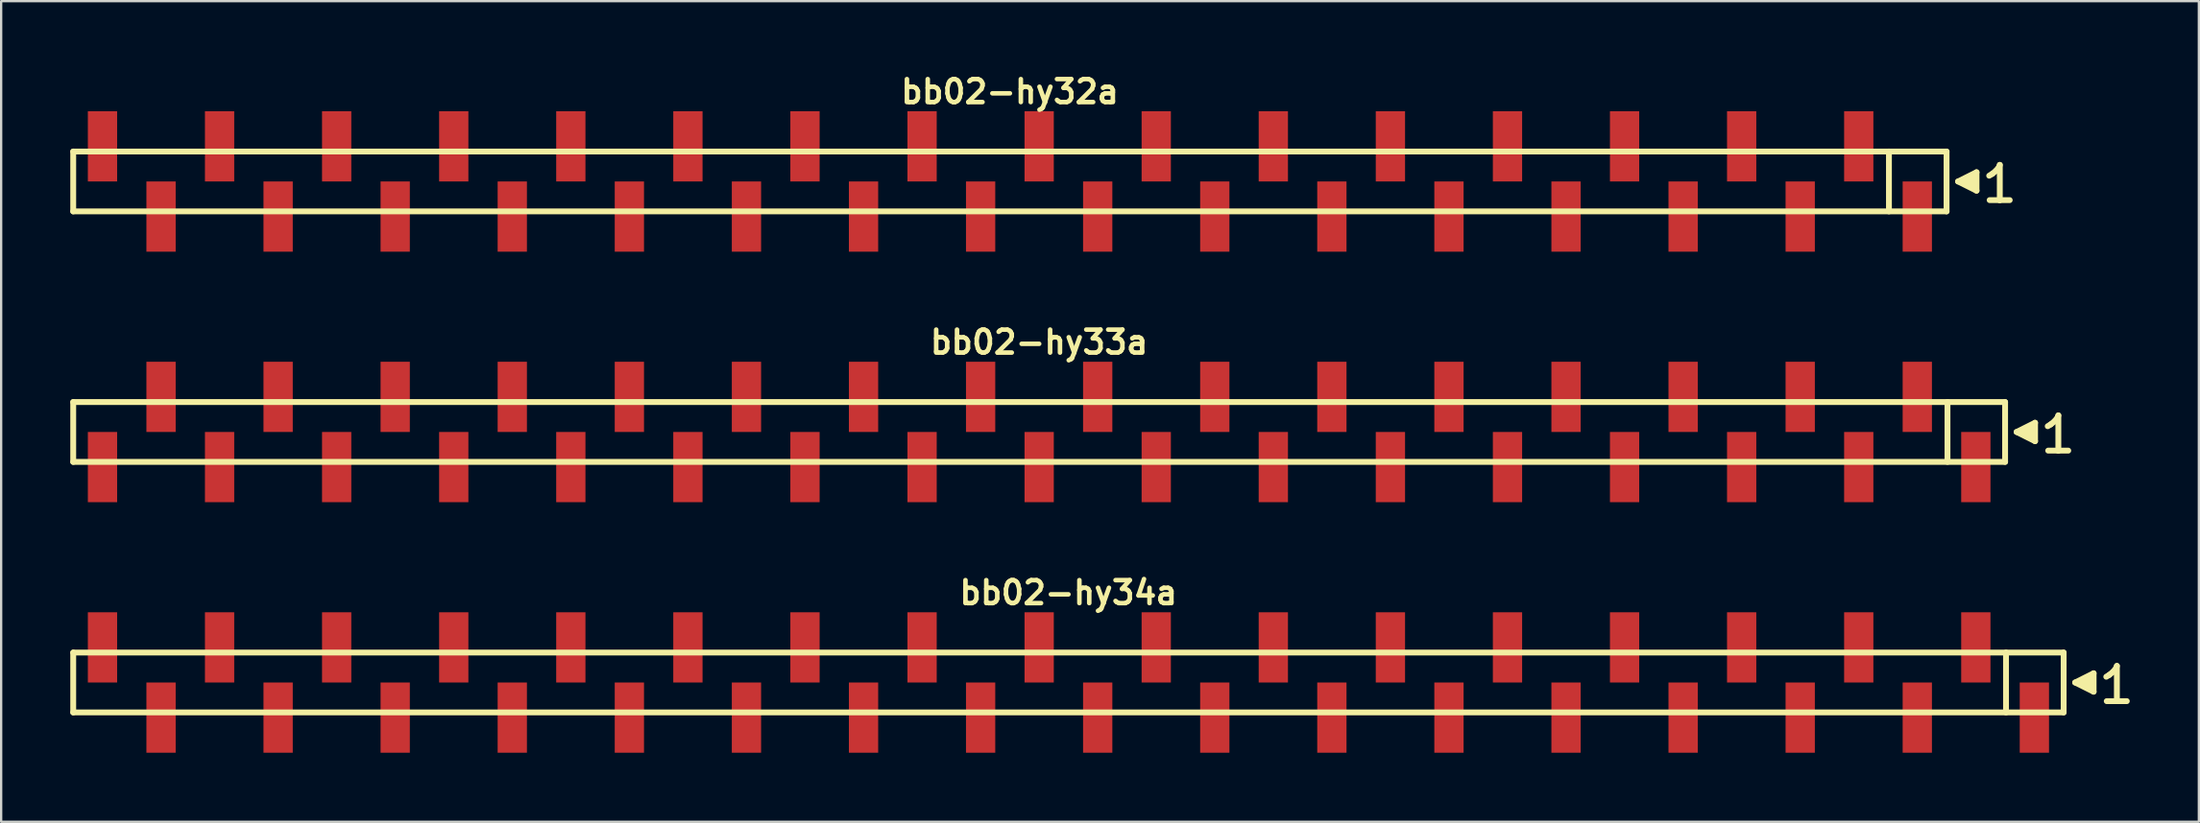
<source format=kicad_pcb>
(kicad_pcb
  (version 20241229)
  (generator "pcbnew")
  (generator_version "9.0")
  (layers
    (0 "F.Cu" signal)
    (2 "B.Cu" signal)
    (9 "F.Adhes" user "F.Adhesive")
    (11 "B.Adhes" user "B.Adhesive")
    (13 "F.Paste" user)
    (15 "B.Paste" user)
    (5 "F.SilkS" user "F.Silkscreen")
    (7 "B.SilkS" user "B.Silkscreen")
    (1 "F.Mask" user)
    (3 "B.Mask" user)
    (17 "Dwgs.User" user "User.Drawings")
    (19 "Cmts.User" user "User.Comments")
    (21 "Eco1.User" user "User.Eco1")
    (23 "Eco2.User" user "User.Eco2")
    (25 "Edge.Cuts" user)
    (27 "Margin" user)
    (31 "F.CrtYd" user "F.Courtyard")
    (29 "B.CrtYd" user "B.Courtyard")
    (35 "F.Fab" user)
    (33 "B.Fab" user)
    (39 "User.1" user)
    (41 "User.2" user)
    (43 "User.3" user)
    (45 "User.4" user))
  (footprint "bb02-hy33a"
    (layer "F.Cu")
    (at 42.037 15.713)
    (property "Reference" "bb02-hy33a" (at 0 -3.9 0) (layer "F.SilkS") (effects (font (size 0.998 0.998) (thickness 0.198))))
    (attr through_hole)
    (fp_line (start -41.91 -1.3) (end 41.91 -1.3) (stroke (width 0.254) (type solid)) (layer "F.SilkS"))
    (fp_line (start -41.91 1.3) (end -41.91 -1.3) (stroke (width 0.254) (type solid)) (layer "F.SilkS"))
    (fp_line (start 39.41 1.3) (end 39.41 -1.3) (stroke (width 0.254) (type solid)) (layer "F.SilkS"))
    (fp_line (start 41.91 -1.3) (end 41.91 1.3) (stroke (width 0.254) (type solid)) (layer "F.SilkS"))
    (fp_line (start 41.91 1.3) (end -41.91 1.3) (stroke (width 0.254) (type solid)) (layer "F.SilkS"))
    (fp_line (start 42.41 0) (end 43.21 0.4) (stroke (width 0.254) (type solid)) (layer "F.SilkS"))
    (fp_line (start 42.71 0.1) (end 42.71 -0.1) (stroke (width 0.254) (type solid)) (layer "F.SilkS"))
    (fp_line (start 42.81 -0.1) (end 42.81 0.1) (stroke (width 0.254) (type solid)) (layer "F.SilkS"))
    (fp_line (start 42.91 0.2) (end 42.91 -0.2) (stroke (width 0.254) (type solid)) (layer "F.SilkS"))
    (fp_line (start 43.01 -0.2) (end 43.01 0.2) (stroke (width 0.254) (type solid)) (layer "F.SilkS"))
    (fp_line (start 43.11 0.3) (end 43.11 -0.3) (stroke (width 0.254) (type solid)) (layer "F.SilkS"))
    (fp_line (start 43.21 -0.4) (end 42.41 0) (stroke (width 0.254) (type solid)) (layer "F.SilkS"))
    (fp_line (start 43.21 0.4) (end 43.21 -0.4) (stroke (width 0.254) (type solid)) (layer "F.SilkS"))
    (fp_line (start 43.76 -0.25) (end 43.89 -0.33) (stroke (width 0.254) (type solid)) (layer "F.SilkS"))
    (fp_line (start 43.89 -0.33) (end 44.05 -0.46) (stroke (width 0.254) (type solid)) (layer "F.SilkS"))
    (fp_line (start 44.05 -0.46) (end 44.19 -0.63) (stroke (width 0.254) (type solid)) (layer "F.SilkS"))
    (fp_line (start 44.19 -0.63) (end 44.22 -0.72) (stroke (width 0.254) (type solid)) (layer "F.SilkS"))
    (fp_line (start 44.22 -0.72) (end 44.22 0.81) (stroke (width 0.254) (type solid)) (layer "F.SilkS"))
    (fp_line (start 44.22 0.81) (end 43.78 0.81) (stroke (width 0.254) (type solid)) (layer "F.SilkS"))
    (fp_line (start 44.65 0.81) (end 44.21 0.81) (stroke (width 0.254) (type solid)) (layer "F.SilkS"))
    (pad "1" smd rect (at 40.64 1.525) (size 1.27 3.05) (layers "F.Cu" "F.Mask" "F.Paste"))
    (pad "2" smd rect (at 38.1 -1.525) (size 1.27 3.05) (layers "F.Cu" "F.Mask" "F.Paste"))
    (pad "3" smd rect (at 35.56 1.525) (size 1.27 3.05) (layers "F.Cu" "F.Mask" "F.Paste"))
    (pad "4" smd rect (at 33.02 -1.525) (size 1.27 3.05) (layers "F.Cu" "F.Mask" "F.Paste"))
    (pad "5" smd rect (at 30.48 1.525) (size 1.27 3.05) (layers "F.Cu" "F.Mask" "F.Paste"))
    (pad "6" smd rect (at 27.94 -1.525) (size 1.27 3.05) (layers "F.Cu" "F.Mask" "F.Paste"))
    (pad "7" smd rect (at 25.4 1.525) (size 1.27 3.05) (layers "F.Cu" "F.Mask" "F.Paste"))
    (pad "8" smd rect (at 22.86 -1.525) (size 1.27 3.05) (layers "F.Cu" "F.Mask" "F.Paste"))
    (pad "9" smd rect (at 20.32 1.525) (size 1.27 3.05) (layers "F.Cu" "F.Mask" "F.Paste"))
    (pad "10" smd rect (at 17.78 -1.525) (size 1.27 3.05) (layers "F.Cu" "F.Mask" "F.Paste"))
    (pad "11" smd rect (at 15.24 1.525) (size 1.27 3.05) (layers "F.Cu" "F.Mask" "F.Paste"))
    (pad "12" smd rect (at 12.7 -1.525) (size 1.27 3.05) (layers "F.Cu" "F.Mask" "F.Paste"))
    (pad "13" smd rect (at 10.16 1.525) (size 1.27 3.05) (layers "F.Cu" "F.Mask" "F.Paste"))
    (pad "14" smd rect (at 7.62 -1.525) (size 1.27 3.05) (layers "F.Cu" "F.Mask" "F.Paste"))
    (pad "15" smd rect (at 5.08 1.525) (size 1.27 3.05) (layers "F.Cu" "F.Mask" "F.Paste"))
    (pad "16" smd rect (at 2.54 -1.525) (size 1.27 3.05) (layers "F.Cu" "F.Mask" "F.Paste"))
    (pad "17" smd rect (at 0 1.525) (size 1.27 3.05) (layers "F.Cu" "F.Mask" "F.Paste"))
    (pad "18" smd rect (at -2.54 -1.525) (size 1.27 3.05) (layers "F.Cu" "F.Mask" "F.Paste"))
    (pad "19" smd rect (at -5.08 1.525) (size 1.27 3.05) (layers "F.Cu" "F.Mask" "F.Paste"))
    (pad "20" smd rect (at -7.62 -1.525) (size 1.27 3.05) (layers "F.Cu" "F.Mask" "F.Paste"))
    (pad "21" smd rect (at -10.16 1.525) (size 1.27 3.05) (layers "F.Cu" "F.Mask" "F.Paste"))
    (pad "22" smd rect (at -12.7 -1.525) (size 1.27 3.05) (layers "F.Cu" "F.Mask" "F.Paste"))
    (pad "23" smd rect (at -15.24 1.525) (size 1.27 3.05) (layers "F.Cu" "F.Mask" "F.Paste"))
    (pad "24" smd rect (at -17.78 -1.525) (size 1.27 3.05) (layers "F.Cu" "F.Mask" "F.Paste"))
    (pad "25" smd rect (at -20.32 1.525) (size 1.27 3.05) (layers "F.Cu" "F.Mask" "F.Paste"))
    (pad "26" smd rect (at -22.86 -1.525) (size 1.27 3.05) (layers "F.Cu" "F.Mask" "F.Paste"))
    (pad "27" smd rect (at -25.4 1.525) (size 1.27 3.05) (layers "F.Cu" "F.Mask" "F.Paste"))
    (pad "28" smd rect (at -27.94 -1.525) (size 1.27 3.05) (layers "F.Cu" "F.Mask" "F.Paste"))
    (pad "29" smd rect (at -30.48 1.525) (size 1.27 3.05) (layers "F.Cu" "F.Mask" "F.Paste"))
    (pad "30" smd rect (at -33.02 -1.525) (size 1.27 3.05) (layers "F.Cu" "F.Mask" "F.Paste"))
    (pad "31" smd rect (at -35.56 1.525) (size 1.27 3.05) (layers "F.Cu" "F.Mask" "F.Paste"))
    (pad "32" smd rect (at -38.1 -1.525) (size 1.27 3.05) (layers "F.Cu" "F.Mask" "F.Paste"))
    (pad "33" smd rect (at -40.64 1.525) (size 1.27 3.05) (layers "F.Cu" "F.Mask" "F.Paste")))
  (footprint "bb02-hy32a"
    (layer "F.Cu")
    (at 40.767 4.832)
    (property "Reference" "bb02-hy32a" (at 0 -3.9 0) (layer "F.SilkS") (effects (font (size 0.998 0.998) (thickness 0.198))))
    (attr through_hole)
    (fp_line (start -40.64 -1.3) (end 40.64 -1.3) (stroke (width 0.254) (type solid)) (layer "F.SilkS"))
    (fp_line (start -40.64 1.3) (end -40.64 -1.3) (stroke (width 0.254) (type solid)) (layer "F.SilkS"))
    (fp_line (start 38.14 1.3) (end 38.14 -1.3) (stroke (width 0.254) (type solid)) (layer "F.SilkS"))
    (fp_line (start 40.64 -1.3) (end 40.64 1.3) (stroke (width 0.254) (type solid)) (layer "F.SilkS"))
    (fp_line (start 40.64 1.3) (end -40.64 1.3) (stroke (width 0.254) (type solid)) (layer "F.SilkS"))
    (fp_line (start 41.14 0) (end 41.94 0.4) (stroke (width 0.254) (type solid)) (layer "F.SilkS"))
    (fp_line (start 41.44 0.1) (end 41.44 -0.1) (stroke (width 0.254) (type solid)) (layer "F.SilkS"))
    (fp_line (start 41.54 -0.1) (end 41.54 0.1) (stroke (width 0.254) (type solid)) (layer "F.SilkS"))
    (fp_line (start 41.64 0.2) (end 41.64 -0.2) (stroke (width 0.254) (type solid)) (layer "F.SilkS"))
    (fp_line (start 41.74 -0.2) (end 41.74 0.2) (stroke (width 0.254) (type solid)) (layer "F.SilkS"))
    (fp_line (start 41.84 0.3) (end 41.84 -0.3) (stroke (width 0.254) (type solid)) (layer "F.SilkS"))
    (fp_line (start 41.94 -0.4) (end 41.14 0) (stroke (width 0.254) (type solid)) (layer "F.SilkS"))
    (fp_line (start 41.94 0.4) (end 41.94 -0.4) (stroke (width 0.254) (type solid)) (layer "F.SilkS"))
    (fp_line (start 42.49 -0.25) (end 42.62 -0.33) (stroke (width 0.254) (type solid)) (layer "F.SilkS"))
    (fp_line (start 42.62 -0.33) (end 42.78 -0.46) (stroke (width 0.254) (type solid)) (layer "F.SilkS"))
    (fp_line (start 42.78 -0.46) (end 42.92 -0.63) (stroke (width 0.254) (type solid)) (layer "F.SilkS"))
    (fp_line (start 42.92 -0.63) (end 42.95 -0.72) (stroke (width 0.254) (type solid)) (layer "F.SilkS"))
    (fp_line (start 42.95 -0.72) (end 42.95 0.81) (stroke (width 0.254) (type solid)) (layer "F.SilkS"))
    (fp_line (start 42.95 0.81) (end 42.51 0.81) (stroke (width 0.254) (type solid)) (layer "F.SilkS"))
    (fp_line (start 43.38 0.81) (end 42.94 0.81) (stroke (width 0.254) (type solid)) (layer "F.SilkS"))
    (pad "1" smd rect (at 39.37 1.525) (size 1.27 3.05) (layers "F.Cu" "F.Mask" "F.Paste"))
    (pad "2" smd rect (at 36.83 -1.525) (size 1.27 3.05) (layers "F.Cu" "F.Mask" "F.Paste"))
    (pad "3" smd rect (at 34.29 1.525) (size 1.27 3.05) (layers "F.Cu" "F.Mask" "F.Paste"))
    (pad "4" smd rect (at 31.75 -1.525) (size 1.27 3.05) (layers "F.Cu" "F.Mask" "F.Paste"))
    (pad "5" smd rect (at 29.21 1.525) (size 1.27 3.05) (layers "F.Cu" "F.Mask" "F.Paste"))
    (pad "6" smd rect (at 26.67 -1.525) (size 1.27 3.05) (layers "F.Cu" "F.Mask" "F.Paste"))
    (pad "7" smd rect (at 24.13 1.525) (size 1.27 3.05) (layers "F.Cu" "F.Mask" "F.Paste"))
    (pad "8" smd rect (at 21.59 -1.525) (size 1.27 3.05) (layers "F.Cu" "F.Mask" "F.Paste"))
    (pad "9" smd rect (at 19.05 1.525) (size 1.27 3.05) (layers "F.Cu" "F.Mask" "F.Paste"))
    (pad "10" smd rect (at 16.51 -1.525) (size 1.27 3.05) (layers "F.Cu" "F.Mask" "F.Paste"))
    (pad "11" smd rect (at 13.97 1.525) (size 1.27 3.05) (layers "F.Cu" "F.Mask" "F.Paste"))
    (pad "12" smd rect (at 11.43 -1.525) (size 1.27 3.05) (layers "F.Cu" "F.Mask" "F.Paste"))
    (pad "13" smd rect (at 8.89 1.525) (size 1.27 3.05) (layers "F.Cu" "F.Mask" "F.Paste"))
    (pad "14" smd rect (at 6.35 -1.525) (size 1.27 3.05) (layers "F.Cu" "F.Mask" "F.Paste"))
    (pad "15" smd rect (at 3.81 1.525) (size 1.27 3.05) (layers "F.Cu" "F.Mask" "F.Paste"))
    (pad "16" smd rect (at 1.27 -1.525) (size 1.27 3.05) (layers "F.Cu" "F.Mask" "F.Paste"))
    (pad "17" smd rect (at -1.27 1.525) (size 1.27 3.05) (layers "F.Cu" "F.Mask" "F.Paste"))
    (pad "18" smd rect (at -3.81 -1.525) (size 1.27 3.05) (layers "F.Cu" "F.Mask" "F.Paste"))
    (pad "19" smd rect (at -6.35 1.525) (size 1.27 3.05) (layers "F.Cu" "F.Mask" "F.Paste"))
    (pad "20" smd rect (at -8.89 -1.525) (size 1.27 3.05) (layers "F.Cu" "F.Mask" "F.Paste"))
    (pad "21" smd rect (at -11.43 1.525) (size 1.27 3.05) (layers "F.Cu" "F.Mask" "F.Paste"))
    (pad "22" smd rect (at -13.97 -1.525) (size 1.27 3.05) (layers "F.Cu" "F.Mask" "F.Paste"))
    (pad "23" smd rect (at -16.51 1.525) (size 1.27 3.05) (layers "F.Cu" "F.Mask" "F.Paste"))
    (pad "24" smd rect (at -19.05 -1.525) (size 1.27 3.05) (layers "F.Cu" "F.Mask" "F.Paste"))
    (pad "25" smd rect (at -21.59 1.525) (size 1.27 3.05) (layers "F.Cu" "F.Mask" "F.Paste"))
    (pad "26" smd rect (at -24.13 -1.525) (size 1.27 3.05) (layers "F.Cu" "F.Mask" "F.Paste"))
    (pad "27" smd rect (at -26.67 1.525) (size 1.27 3.05) (layers "F.Cu" "F.Mask" "F.Paste"))
    (pad "28" smd rect (at -29.21 -1.525) (size 1.27 3.05) (layers "F.Cu" "F.Mask" "F.Paste"))
    (pad "29" smd rect (at -31.75 1.525) (size 1.27 3.05) (layers "F.Cu" "F.Mask" "F.Paste"))
    (pad "30" smd rect (at -34.29 -1.525) (size 1.27 3.05) (layers "F.Cu" "F.Mask" "F.Paste"))
    (pad "31" smd rect (at -36.83 1.525) (size 1.27 3.05) (layers "F.Cu" "F.Mask" "F.Paste"))
    (pad "32" smd rect (at -39.37 -1.525) (size 1.27 3.05) (layers "F.Cu" "F.Mask" "F.Paste")))
  (footprint "bb02-hy34a"
    (layer "F.Cu")
    (at 43.307 26.595)
    (property "Reference" "bb02-hy34a" (at 0 -3.9 0) (layer "F.SilkS") (effects (font (size 0.998 0.998) (thickness 0.198))))
    (attr through_hole)
    (fp_line (start -43.18 -1.3) (end 43.18 -1.3) (stroke (width 0.254) (type solid)) (layer "F.SilkS"))
    (fp_line (start -43.18 1.3) (end -43.18 -1.3) (stroke (width 0.254) (type solid)) (layer "F.SilkS"))
    (fp_line (start 40.68 1.3) (end 40.68 -1.3) (stroke (width 0.254) (type solid)) (layer "F.SilkS"))
    (fp_line (start 43.18 -1.3) (end 43.18 1.3) (stroke (width 0.254) (type solid)) (layer "F.SilkS"))
    (fp_line (start 43.18 1.3) (end -43.18 1.3) (stroke (width 0.254) (type solid)) (layer "F.SilkS"))
    (fp_line (start 43.68 0) (end 44.48 0.4) (stroke (width 0.254) (type solid)) (layer "F.SilkS"))
    (fp_line (start 43.98 0.1) (end 43.98 -0.1) (stroke (width 0.254) (type solid)) (layer "F.SilkS"))
    (fp_line (start 44.08 -0.1) (end 44.08 0.1) (stroke (width 0.254) (type solid)) (layer "F.SilkS"))
    (fp_line (start 44.18 0.2) (end 44.18 -0.2) (stroke (width 0.254) (type solid)) (layer "F.SilkS"))
    (fp_line (start 44.28 -0.2) (end 44.28 0.2) (stroke (width 0.254) (type solid)) (layer "F.SilkS"))
    (fp_line (start 44.38 0.3) (end 44.38 -0.3) (stroke (width 0.254) (type solid)) (layer "F.SilkS"))
    (fp_line (start 44.48 -0.4) (end 43.68 0) (stroke (width 0.254) (type solid)) (layer "F.SilkS"))
    (fp_line (start 44.48 0.4) (end 44.48 -0.4) (stroke (width 0.254) (type solid)) (layer "F.SilkS"))
    (fp_line (start 45.03 -0.25) (end 45.16 -0.33) (stroke (width 0.254) (type solid)) (layer "F.SilkS"))
    (fp_line (start 45.16 -0.33) (end 45.32 -0.46) (stroke (width 0.254) (type solid)) (layer "F.SilkS"))
    (fp_line (start 45.32 -0.46) (end 45.46 -0.63) (stroke (width 0.254) (type solid)) (layer "F.SilkS"))
    (fp_line (start 45.46 -0.63) (end 45.49 -0.72) (stroke (width 0.254) (type solid)) (layer "F.SilkS"))
    (fp_line (start 45.49 -0.72) (end 45.49 0.81) (stroke (width 0.254) (type solid)) (layer "F.SilkS"))
    (fp_line (start 45.49 0.81) (end 45.05 0.81) (stroke (width 0.254) (type solid)) (layer "F.SilkS"))
    (fp_line (start 45.92 0.81) (end 45.48 0.81) (stroke (width 0.254) (type solid)) (layer "F.SilkS"))
    (pad "1" smd rect (at 41.91 1.525) (size 1.27 3.05) (layers "F.Cu" "F.Mask" "F.Paste"))
    (pad "2" smd rect (at 39.37 -1.525) (size 1.27 3.05) (layers "F.Cu" "F.Mask" "F.Paste"))
    (pad "3" smd rect (at 36.83 1.525) (size 1.27 3.05) (layers "F.Cu" "F.Mask" "F.Paste"))
    (pad "4" smd rect (at 34.29 -1.525) (size 1.27 3.05) (layers "F.Cu" "F.Mask" "F.Paste"))
    (pad "5" smd rect (at 31.75 1.525) (size 1.27 3.05) (layers "F.Cu" "F.Mask" "F.Paste"))
    (pad "6" smd rect (at 29.21 -1.525) (size 1.27 3.05) (layers "F.Cu" "F.Mask" "F.Paste"))
    (pad "7" smd rect (at 26.67 1.525) (size 1.27 3.05) (layers "F.Cu" "F.Mask" "F.Paste"))
    (pad "8" smd rect (at 24.13 -1.525) (size 1.27 3.05) (layers "F.Cu" "F.Mask" "F.Paste"))
    (pad "9" smd rect (at 21.59 1.525) (size 1.27 3.05) (layers "F.Cu" "F.Mask" "F.Paste"))
    (pad "10" smd rect (at 19.05 -1.525) (size 1.27 3.05) (layers "F.Cu" "F.Mask" "F.Paste"))
    (pad "11" smd rect (at 16.51 1.525) (size 1.27 3.05) (layers "F.Cu" "F.Mask" "F.Paste"))
    (pad "12" smd rect (at 13.97 -1.525) (size 1.27 3.05) (layers "F.Cu" "F.Mask" "F.Paste"))
    (pad "13" smd rect (at 11.43 1.525) (size 1.27 3.05) (layers "F.Cu" "F.Mask" "F.Paste"))
    (pad "14" smd rect (at 8.89 -1.525) (size 1.27 3.05) (layers "F.Cu" "F.Mask" "F.Paste"))
    (pad "15" smd rect (at 6.35 1.525) (size 1.27 3.05) (layers "F.Cu" "F.Mask" "F.Paste"))
    (pad "16" smd rect (at 3.81 -1.525) (size 1.27 3.05) (layers "F.Cu" "F.Mask" "F.Paste"))
    (pad "17" smd rect (at 1.27 1.525) (size 1.27 3.05) (layers "F.Cu" "F.Mask" "F.Paste"))
    (pad "18" smd rect (at -1.27 -1.525) (size 1.27 3.05) (layers "F.Cu" "F.Mask" "F.Paste"))
    (pad "19" smd rect (at -3.81 1.525) (size 1.27 3.05) (layers "F.Cu" "F.Mask" "F.Paste"))
    (pad "20" smd rect (at -6.35 -1.525) (size 1.27 3.05) (layers "F.Cu" "F.Mask" "F.Paste"))
    (pad "21" smd rect (at -8.89 1.525) (size 1.27 3.05) (layers "F.Cu" "F.Mask" "F.Paste"))
    (pad "22" smd rect (at -11.43 -1.525) (size 1.27 3.05) (layers "F.Cu" "F.Mask" "F.Paste"))
    (pad "23" smd rect (at -13.97 1.525) (size 1.27 3.05) (layers "F.Cu" "F.Mask" "F.Paste"))
    (pad "24" smd rect (at -16.51 -1.525) (size 1.27 3.05) (layers "F.Cu" "F.Mask" "F.Paste"))
    (pad "25" smd rect (at -19.05 1.525) (size 1.27 3.05) (layers "F.Cu" "F.Mask" "F.Paste"))
    (pad "26" smd rect (at -21.59 -1.525) (size 1.27 3.05) (layers "F.Cu" "F.Mask" "F.Paste"))
    (pad "27" smd rect (at -24.13 1.525) (size 1.27 3.05) (layers "F.Cu" "F.Mask" "F.Paste"))
    (pad "28" smd rect (at -26.67 -1.525) (size 1.27 3.05) (layers "F.Cu" "F.Mask" "F.Paste"))
    (pad "29" smd rect (at -29.21 1.525) (size 1.27 3.05) (layers "F.Cu" "F.Mask" "F.Paste"))
    (pad "30" smd rect (at -31.75 -1.525) (size 1.27 3.05) (layers "F.Cu" "F.Mask" "F.Paste"))
    (pad "31" smd rect (at -34.29 1.525) (size 1.27 3.05) (layers "F.Cu" "F.Mask" "F.Paste"))
    (pad "32" smd rect (at -36.83 -1.525) (size 1.27 3.05) (layers "F.Cu" "F.Mask" "F.Paste"))
    (pad "33" smd rect (at -39.37 1.525) (size 1.27 3.05) (layers "F.Cu" "F.Mask" "F.Paste"))
    (pad "34" smd rect (at -41.91 -1.525) (size 1.27 3.05) (layers "F.Cu" "F.Mask" "F.Paste")))
  (gr_rect
    (start -3 -3)
    (end 92.354 32.645)
    (stroke (width 0.1) (type default))
    (fill no)
    (layer "Edge.Cuts")))
</source>
